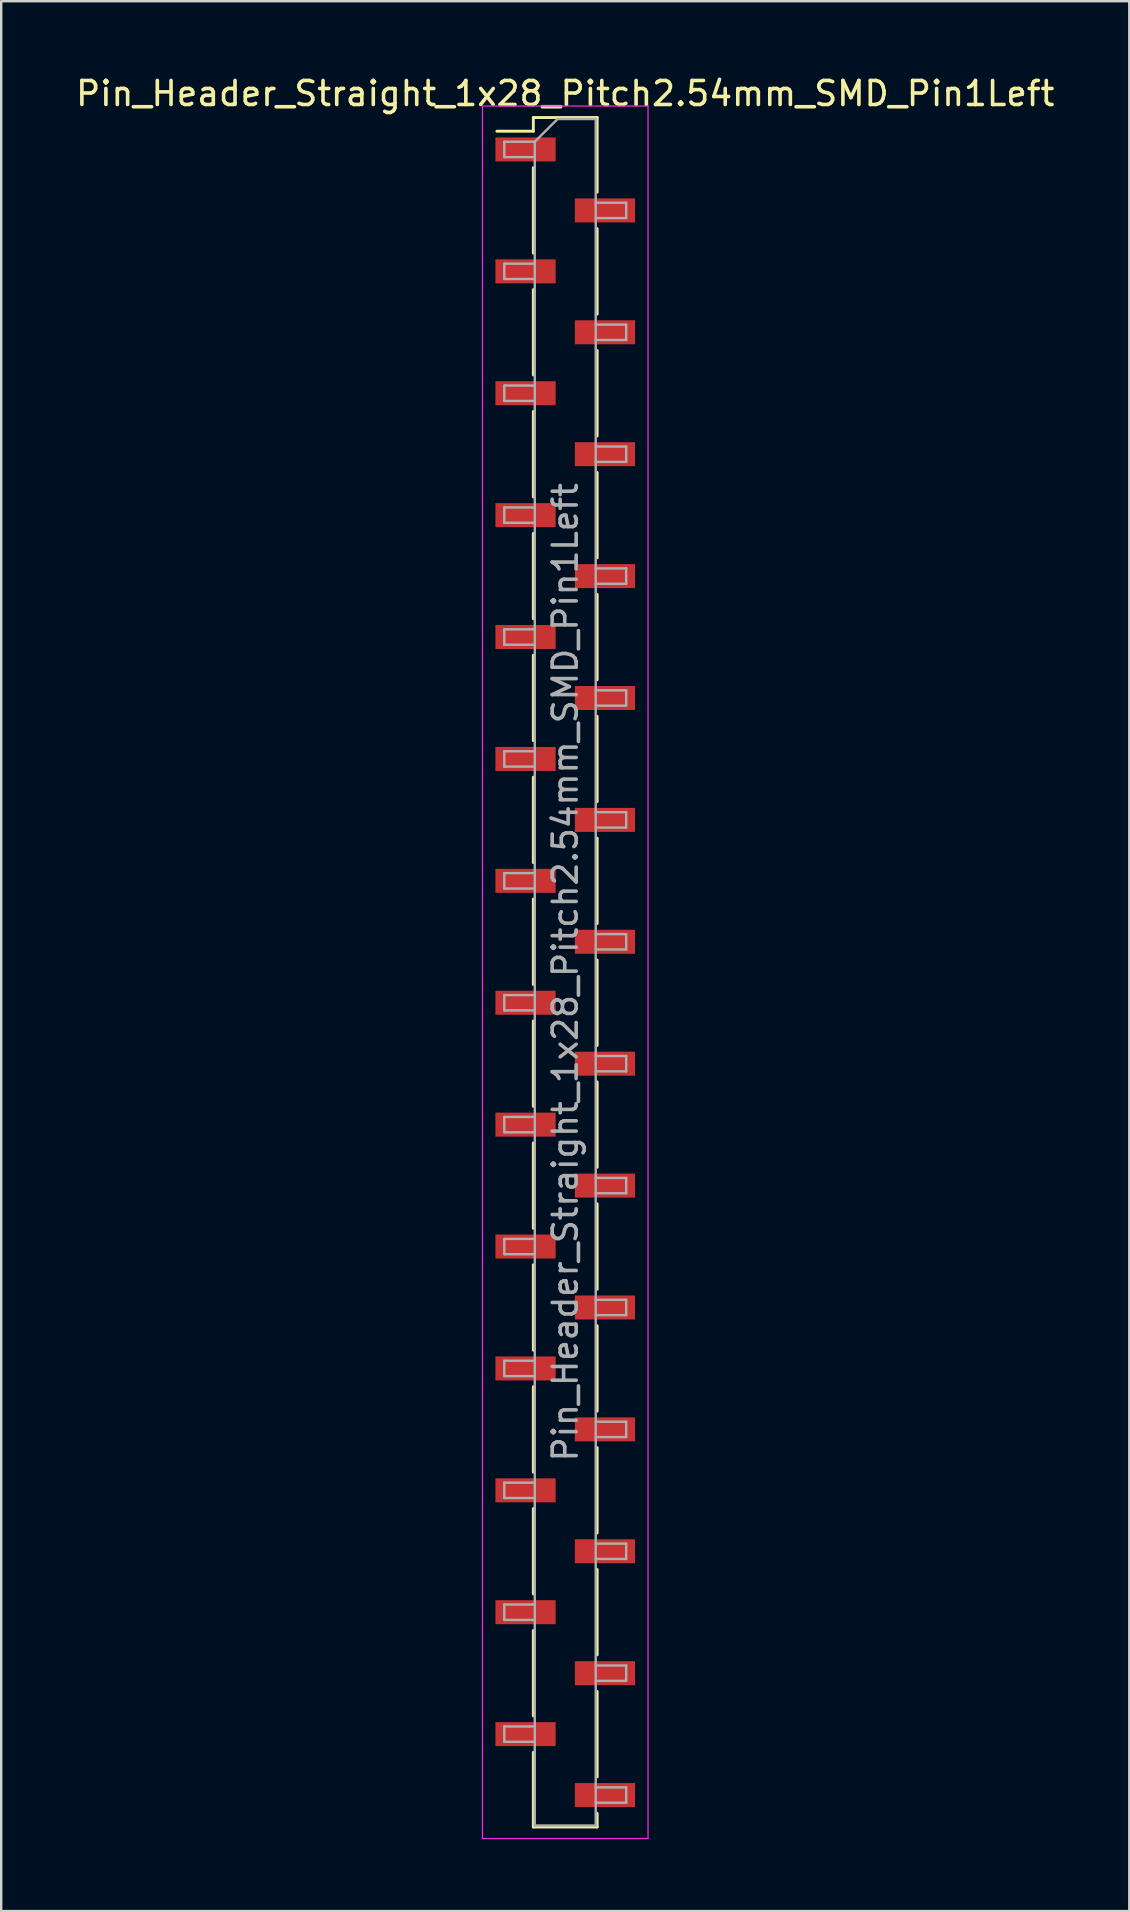
<source format=kicad_pcb>
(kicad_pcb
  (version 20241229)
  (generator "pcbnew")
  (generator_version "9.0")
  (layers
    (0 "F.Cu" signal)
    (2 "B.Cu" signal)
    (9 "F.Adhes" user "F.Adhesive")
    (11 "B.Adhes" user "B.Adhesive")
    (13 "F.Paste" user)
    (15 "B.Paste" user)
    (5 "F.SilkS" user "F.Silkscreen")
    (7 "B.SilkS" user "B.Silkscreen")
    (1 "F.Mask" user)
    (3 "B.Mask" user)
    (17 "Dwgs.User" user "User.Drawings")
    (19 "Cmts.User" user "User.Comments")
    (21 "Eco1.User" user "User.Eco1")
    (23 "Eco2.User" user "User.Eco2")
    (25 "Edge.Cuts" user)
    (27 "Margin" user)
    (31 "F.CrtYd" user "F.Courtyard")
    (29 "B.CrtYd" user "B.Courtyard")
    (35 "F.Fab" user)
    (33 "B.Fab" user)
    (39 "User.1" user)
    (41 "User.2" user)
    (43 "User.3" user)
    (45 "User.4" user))
  (footprint "Pin_Header_Straight_1x28_Pitch2.54mm_SMD_Pin1Left"
    (layer "F.Cu")
    (at 20.506 37.468)
    (property "Reference" "Pin_Header_Straight_1x28_Pitch2.54mm_SMD_Pin1Left" (at 0 -36.62 0) (layer "F.SilkS") (effects (font (size 1 1) (thickness 0.15))))
    (attr smd)
    (fp_line (start -1.33 -35.62) (end -1.33 -35.05) (stroke (width 0.12) (type solid)) (layer "F.SilkS"))
    (fp_line (start -1.33 -35.62) (end 1.33 -35.62) (stroke (width 0.12) (type solid)) (layer "F.SilkS"))
    (fp_line (start -1.33 -35.05) (end -2.85 -35.05) (stroke (width 0.12) (type solid)) (layer "F.SilkS"))
    (fp_line (start -1.33 -33.53) (end -1.33 -29.97) (stroke (width 0.12) (type solid)) (layer "F.SilkS"))
    (fp_line (start -1.33 -28.45) (end -1.33 -24.89) (stroke (width 0.12) (type solid)) (layer "F.SilkS"))
    (fp_line (start -1.33 -23.37) (end -1.33 -19.81) (stroke (width 0.12) (type solid)) (layer "F.SilkS"))
    (fp_line (start -1.33 -18.29) (end -1.33 -14.73) (stroke (width 0.12) (type solid)) (layer "F.SilkS"))
    (fp_line (start -1.33 -13.21) (end -1.33 -9.65) (stroke (width 0.12) (type solid)) (layer "F.SilkS"))
    (fp_line (start -1.33 -8.13) (end -1.33 -4.57) (stroke (width 0.12) (type solid)) (layer "F.SilkS"))
    (fp_line (start -1.33 -3.05) (end -1.33 0.51) (stroke (width 0.12) (type solid)) (layer "F.SilkS"))
    (fp_line (start -1.33 2.03) (end -1.33 5.59) (stroke (width 0.12) (type solid)) (layer "F.SilkS"))
    (fp_line (start -1.33 7.11) (end -1.33 10.67) (stroke (width 0.12) (type solid)) (layer "F.SilkS"))
    (fp_line (start -1.33 12.19) (end -1.33 15.75) (stroke (width 0.12) (type solid)) (layer "F.SilkS"))
    (fp_line (start -1.33 17.27) (end -1.33 20.83) (stroke (width 0.12) (type solid)) (layer "F.SilkS"))
    (fp_line (start -1.33 22.35) (end -1.33 25.91) (stroke (width 0.12) (type solid)) (layer "F.SilkS"))
    (fp_line (start -1.33 27.43) (end -1.33 30.99) (stroke (width 0.12) (type solid)) (layer "F.SilkS"))
    (fp_line (start -1.33 32.51) (end -1.33 35.62) (stroke (width 0.12) (type solid)) (layer "F.SilkS"))
    (fp_line (start -1.33 35.62) (end 1.33 35.62) (stroke (width 0.12) (type solid)) (layer "F.SilkS"))
    (fp_line (start 1.33 -35.62) (end 1.33 -32.51) (stroke (width 0.12) (type solid)) (layer "F.SilkS"))
    (fp_line (start 1.33 -30.99) (end 1.33 -27.43) (stroke (width 0.12) (type solid)) (layer "F.SilkS"))
    (fp_line (start 1.33 -25.91) (end 1.33 -22.35) (stroke (width 0.12) (type solid)) (layer "F.SilkS"))
    (fp_line (start 1.33 -20.83) (end 1.33 -17.27) (stroke (width 0.12) (type solid)) (layer "F.SilkS"))
    (fp_line (start 1.33 -15.75) (end 1.33 -12.19) (stroke (width 0.12) (type solid)) (layer "F.SilkS"))
    (fp_line (start 1.33 -10.67) (end 1.33 -7.11) (stroke (width 0.12) (type solid)) (layer "F.SilkS"))
    (fp_line (start 1.33 -5.59) (end 1.33 -2.03) (stroke (width 0.12) (type solid)) (layer "F.SilkS"))
    (fp_line (start 1.33 -0.51) (end 1.33 3.05) (stroke (width 0.12) (type solid)) (layer "F.SilkS"))
    (fp_line (start 1.33 4.57) (end 1.33 8.13) (stroke (width 0.12) (type solid)) (layer "F.SilkS"))
    (fp_line (start 1.33 9.65) (end 1.33 13.21) (stroke (width 0.12) (type solid)) (layer "F.SilkS"))
    (fp_line (start 1.33 14.73) (end 1.33 18.29) (stroke (width 0.12) (type solid)) (layer "F.SilkS"))
    (fp_line (start 1.33 19.81) (end 1.33 23.37) (stroke (width 0.12) (type solid)) (layer "F.SilkS"))
    (fp_line (start 1.33 24.89) (end 1.33 28.45) (stroke (width 0.12) (type solid)) (layer "F.SilkS"))
    (fp_line (start 1.33 29.97) (end 1.33 33.53) (stroke (width 0.12) (type solid)) (layer "F.SilkS"))
    (fp_line (start 1.33 35.05) (end 1.33 35.62) (stroke (width 0.12) (type solid)) (layer "F.SilkS"))
    (fp_line (start -3.45 -36.1) (end -3.45 36.1) (stroke (width 0.05) (type solid)) (layer "F.CrtYd"))
    (fp_line (start -3.45 36.1) (end 3.45 36.1) (stroke (width 0.05) (type solid)) (layer "F.CrtYd"))
    (fp_line (start 3.45 -36.1) (end -3.45 -36.1) (stroke (width 0.05) (type solid)) (layer "F.CrtYd"))
    (fp_line (start 3.45 36.1) (end 3.45 -36.1) (stroke (width 0.05) (type solid)) (layer "F.CrtYd"))
    (fp_line (start -2.54 -34.61) (end -2.54 -33.97) (stroke (width 0.1) (type solid)) (layer "F.Fab"))
    (fp_line (start -2.54 -33.97) (end -1.27 -33.97) (stroke (width 0.1) (type solid)) (layer "F.Fab"))
    (fp_line (start -2.54 -29.53) (end -2.54 -28.89) (stroke (width 0.1) (type solid)) (layer "F.Fab"))
    (fp_line (start -2.54 -28.89) (end -1.27 -28.89) (stroke (width 0.1) (type solid)) (layer "F.Fab"))
    (fp_line (start -2.54 -24.45) (end -2.54 -23.81) (stroke (width 0.1) (type solid)) (layer "F.Fab"))
    (fp_line (start -2.54 -23.81) (end -1.27 -23.81) (stroke (width 0.1) (type solid)) (layer "F.Fab"))
    (fp_line (start -2.54 -19.37) (end -2.54 -18.73) (stroke (width 0.1) (type solid)) (layer "F.Fab"))
    (fp_line (start -2.54 -18.73) (end -1.27 -18.73) (stroke (width 0.1) (type solid)) (layer "F.Fab"))
    (fp_line (start -2.54 -14.29) (end -2.54 -13.65) (stroke (width 0.1) (type solid)) (layer "F.Fab"))
    (fp_line (start -2.54 -13.65) (end -1.27 -13.65) (stroke (width 0.1) (type solid)) (layer "F.Fab"))
    (fp_line (start -2.54 -9.21) (end -2.54 -8.57) (stroke (width 0.1) (type solid)) (layer "F.Fab"))
    (fp_line (start -2.54 -8.57) (end -1.27 -8.57) (stroke (width 0.1) (type solid)) (layer "F.Fab"))
    (fp_line (start -2.54 -4.13) (end -2.54 -3.49) (stroke (width 0.1) (type solid)) (layer "F.Fab"))
    (fp_line (start -2.54 -3.49) (end -1.27 -3.49) (stroke (width 0.1) (type solid)) (layer "F.Fab"))
    (fp_line (start -2.54 0.95) (end -2.54 1.59) (stroke (width 0.1) (type solid)) (layer "F.Fab"))
    (fp_line (start -2.54 1.59) (end -1.27 1.59) (stroke (width 0.1) (type solid)) (layer "F.Fab"))
    (fp_line (start -2.54 6.03) (end -2.54 6.67) (stroke (width 0.1) (type solid)) (layer "F.Fab"))
    (fp_line (start -2.54 6.67) (end -1.27 6.67) (stroke (width 0.1) (type solid)) (layer "F.Fab"))
    (fp_line (start -2.54 11.11) (end -2.54 11.75) (stroke (width 0.1) (type solid)) (layer "F.Fab"))
    (fp_line (start -2.54 11.75) (end -1.27 11.75) (stroke (width 0.1) (type solid)) (layer "F.Fab"))
    (fp_line (start -2.54 16.19) (end -2.54 16.83) (stroke (width 0.1) (type solid)) (layer "F.Fab"))
    (fp_line (start -2.54 16.83) (end -1.27 16.83) (stroke (width 0.1) (type solid)) (layer "F.Fab"))
    (fp_line (start -2.54 21.27) (end -2.54 21.91) (stroke (width 0.1) (type solid)) (layer "F.Fab"))
    (fp_line (start -2.54 21.91) (end -1.27 21.91) (stroke (width 0.1) (type solid)) (layer "F.Fab"))
    (fp_line (start -2.54 26.35) (end -2.54 26.99) (stroke (width 0.1) (type solid)) (layer "F.Fab"))
    (fp_line (start -2.54 26.99) (end -1.27 26.99) (stroke (width 0.1) (type solid)) (layer "F.Fab"))
    (fp_line (start -2.54 31.43) (end -2.54 32.07) (stroke (width 0.1) (type solid)) (layer "F.Fab"))
    (fp_line (start -2.54 32.07) (end -1.27 32.07) (stroke (width 0.1) (type solid)) (layer "F.Fab"))
    (fp_line (start -1.27 -34.61) (end -2.54 -34.61) (stroke (width 0.1) (type solid)) (layer "F.Fab"))
    (fp_line (start -1.27 -34.61) (end -0.32 -35.56) (stroke (width 0.1) (type solid)) (layer "F.Fab"))
    (fp_line (start -1.27 -29.53) (end -2.54 -29.53) (stroke (width 0.1) (type solid)) (layer "F.Fab"))
    (fp_line (start -1.27 -24.45) (end -2.54 -24.45) (stroke (width 0.1) (type solid)) (layer "F.Fab"))
    (fp_line (start -1.27 -19.37) (end -2.54 -19.37) (stroke (width 0.1) (type solid)) (layer "F.Fab"))
    (fp_line (start -1.27 -14.29) (end -2.54 -14.29) (stroke (width 0.1) (type solid)) (layer "F.Fab"))
    (fp_line (start -1.27 -9.21) (end -2.54 -9.21) (stroke (width 0.1) (type solid)) (layer "F.Fab"))
    (fp_line (start -1.27 -4.13) (end -2.54 -4.13) (stroke (width 0.1) (type solid)) (layer "F.Fab"))
    (fp_line (start -1.27 0.95) (end -2.54 0.95) (stroke (width 0.1) (type solid)) (layer "F.Fab"))
    (fp_line (start -1.27 6.03) (end -2.54 6.03) (stroke (width 0.1) (type solid)) (layer "F.Fab"))
    (fp_line (start -1.27 11.11) (end -2.54 11.11) (stroke (width 0.1) (type solid)) (layer "F.Fab"))
    (fp_line (start -1.27 16.19) (end -2.54 16.19) (stroke (width 0.1) (type solid)) (layer "F.Fab"))
    (fp_line (start -1.27 21.27) (end -2.54 21.27) (stroke (width 0.1) (type solid)) (layer "F.Fab"))
    (fp_line (start -1.27 26.35) (end -2.54 26.35) (stroke (width 0.1) (type solid)) (layer "F.Fab"))
    (fp_line (start -1.27 31.43) (end -2.54 31.43) (stroke (width 0.1) (type solid)) (layer "F.Fab"))
    (fp_line (start -1.27 35.56) (end -1.27 -34.61) (stroke (width 0.1) (type solid)) (layer "F.Fab"))
    (fp_line (start -0.32 -35.56) (end 1.27 -35.56) (stroke (width 0.1) (type solid)) (layer "F.Fab"))
    (fp_line (start 1.27 -35.56) (end 1.27 35.56) (stroke (width 0.1) (type solid)) (layer "F.Fab"))
    (fp_line (start 1.27 -32.07) (end 2.54 -32.07) (stroke (width 0.1) (type solid)) (layer "F.Fab"))
    (fp_line (start 1.27 -26.99) (end 2.54 -26.99) (stroke (width 0.1) (type solid)) (layer "F.Fab"))
    (fp_line (start 1.27 -21.91) (end 2.54 -21.91) (stroke (width 0.1) (type solid)) (layer "F.Fab"))
    (fp_line (start 1.27 -16.83) (end 2.54 -16.83) (stroke (width 0.1) (type solid)) (layer "F.Fab"))
    (fp_line (start 1.27 -11.75) (end 2.54 -11.75) (stroke (width 0.1) (type solid)) (layer "F.Fab"))
    (fp_line (start 1.27 -6.67) (end 2.54 -6.67) (stroke (width 0.1) (type solid)) (layer "F.Fab"))
    (fp_line (start 1.27 -1.59) (end 2.54 -1.59) (stroke (width 0.1) (type solid)) (layer "F.Fab"))
    (fp_line (start 1.27 3.49) (end 2.54 3.49) (stroke (width 0.1) (type solid)) (layer "F.Fab"))
    (fp_line (start 1.27 8.57) (end 2.54 8.57) (stroke (width 0.1) (type solid)) (layer "F.Fab"))
    (fp_line (start 1.27 13.65) (end 2.54 13.65) (stroke (width 0.1) (type solid)) (layer "F.Fab"))
    (fp_line (start 1.27 18.73) (end 2.54 18.73) (stroke (width 0.1) (type solid)) (layer "F.Fab"))
    (fp_line (start 1.27 23.81) (end 2.54 23.81) (stroke (width 0.1) (type solid)) (layer "F.Fab"))
    (fp_line (start 1.27 28.89) (end 2.54 28.89) (stroke (width 0.1) (type solid)) (layer "F.Fab"))
    (fp_line (start 1.27 33.97) (end 2.54 33.97) (stroke (width 0.1) (type solid)) (layer "F.Fab"))
    (fp_line (start 1.27 35.56) (end -1.27 35.56) (stroke (width 0.1) (type solid)) (layer "F.Fab"))
    (fp_line (start 2.54 -32.07) (end 2.54 -31.43) (stroke (width 0.1) (type solid)) (layer "F.Fab"))
    (fp_line (start 2.54 -31.43) (end 1.27 -31.43) (stroke (width 0.1) (type solid)) (layer "F.Fab"))
    (fp_line (start 2.54 -26.99) (end 2.54 -26.35) (stroke (width 0.1) (type solid)) (layer "F.Fab"))
    (fp_line (start 2.54 -26.35) (end 1.27 -26.35) (stroke (width 0.1) (type solid)) (layer "F.Fab"))
    (fp_line (start 2.54 -21.91) (end 2.54 -21.27) (stroke (width 0.1) (type solid)) (layer "F.Fab"))
    (fp_line (start 2.54 -21.27) (end 1.27 -21.27) (stroke (width 0.1) (type solid)) (layer "F.Fab"))
    (fp_line (start 2.54 -16.83) (end 2.54 -16.19) (stroke (width 0.1) (type solid)) (layer "F.Fab"))
    (fp_line (start 2.54 -16.19) (end 1.27 -16.19) (stroke (width 0.1) (type solid)) (layer "F.Fab"))
    (fp_line (start 2.54 -11.75) (end 2.54 -11.11) (stroke (width 0.1) (type solid)) (layer "F.Fab"))
    (fp_line (start 2.54 -11.11) (end 1.27 -11.11) (stroke (width 0.1) (type solid)) (layer "F.Fab"))
    (fp_line (start 2.54 -6.67) (end 2.54 -6.03) (stroke (width 0.1) (type solid)) (layer "F.Fab"))
    (fp_line (start 2.54 -6.03) (end 1.27 -6.03) (stroke (width 0.1) (type solid)) (layer "F.Fab"))
    (fp_line (start 2.54 -1.59) (end 2.54 -0.95) (stroke (width 0.1) (type solid)) (layer "F.Fab"))
    (fp_line (start 2.54 -0.95) (end 1.27 -0.95) (stroke (width 0.1) (type solid)) (layer "F.Fab"))
    (fp_line (start 2.54 3.49) (end 2.54 4.13) (stroke (width 0.1) (type solid)) (layer "F.Fab"))
    (fp_line (start 2.54 4.13) (end 1.27 4.13) (stroke (width 0.1) (type solid)) (layer "F.Fab"))
    (fp_line (start 2.54 8.57) (end 2.54 9.21) (stroke (width 0.1) (type solid)) (layer "F.Fab"))
    (fp_line (start 2.54 9.21) (end 1.27 9.21) (stroke (width 0.1) (type solid)) (layer "F.Fab"))
    (fp_line (start 2.54 13.65) (end 2.54 14.29) (stroke (width 0.1) (type solid)) (layer "F.Fab"))
    (fp_line (start 2.54 14.29) (end 1.27 14.29) (stroke (width 0.1) (type solid)) (layer "F.Fab"))
    (fp_line (start 2.54 18.73) (end 2.54 19.37) (stroke (width 0.1) (type solid)) (layer "F.Fab"))
    (fp_line (start 2.54 19.37) (end 1.27 19.37) (stroke (width 0.1) (type solid)) (layer "F.Fab"))
    (fp_line (start 2.54 23.81) (end 2.54 24.45) (stroke (width 0.1) (type solid)) (layer "F.Fab"))
    (fp_line (start 2.54 24.45) (end 1.27 24.45) (stroke (width 0.1) (type solid)) (layer "F.Fab"))
    (fp_line (start 2.54 28.89) (end 2.54 29.53) (stroke (width 0.1) (type solid)) (layer "F.Fab"))
    (fp_line (start 2.54 29.53) (end 1.27 29.53) (stroke (width 0.1) (type solid)) (layer "F.Fab"))
    (fp_line (start 2.54 33.97) (end 2.54 34.61) (stroke (width 0.1) (type solid)) (layer "F.Fab"))
    (fp_line (start 2.54 34.61) (end 1.27 34.61) (stroke (width 0.1) (type solid)) (layer "F.Fab"))
    (fp_text user "${REFERENCE}" (at 0 0 90) (layer "F.Fab") (effects (font (size 1 1) (thickness 0.15))))
    (pad "1" smd rect (at -1.655 -34.29) (size 2.51 1) (layers "F.Cu" "F.Mask" "F.Paste"))
    (pad "2" smd rect (at 1.655 -31.75) (size 2.51 1) (layers "F.Cu" "F.Mask" "F.Paste"))
    (pad "3" smd rect (at -1.655 -29.21) (size 2.51 1) (layers "F.Cu" "F.Mask" "F.Paste"))
    (pad "4" smd rect (at 1.655 -26.67) (size 2.51 1) (layers "F.Cu" "F.Mask" "F.Paste"))
    (pad "5" smd rect (at -1.655 -24.13) (size 2.51 1) (layers "F.Cu" "F.Mask" "F.Paste"))
    (pad "6" smd rect (at 1.655 -21.59) (size 2.51 1) (layers "F.Cu" "F.Mask" "F.Paste"))
    (pad "7" smd rect (at -1.655 -19.05) (size 2.51 1) (layers "F.Cu" "F.Mask" "F.Paste"))
    (pad "8" smd rect (at 1.655 -16.51) (size 2.51 1) (layers "F.Cu" "F.Mask" "F.Paste"))
    (pad "9" smd rect (at -1.655 -13.97) (size 2.51 1) (layers "F.Cu" "F.Mask" "F.Paste"))
    (pad "10" smd rect (at 1.655 -11.43) (size 2.51 1) (layers "F.Cu" "F.Mask" "F.Paste"))
    (pad "11" smd rect (at -1.655 -8.89) (size 2.51 1) (layers "F.Cu" "F.Mask" "F.Paste"))
    (pad "12" smd rect (at 1.655 -6.35) (size 2.51 1) (layers "F.Cu" "F.Mask" "F.Paste"))
    (pad "13" smd rect (at -1.655 -3.81) (size 2.51 1) (layers "F.Cu" "F.Mask" "F.Paste"))
    (pad "14" smd rect (at 1.655 -1.27) (size 2.51 1) (layers "F.Cu" "F.Mask" "F.Paste"))
    (pad "15" smd rect (at -1.655 1.27) (size 2.51 1) (layers "F.Cu" "F.Mask" "F.Paste"))
    (pad "16" smd rect (at 1.655 3.81) (size 2.51 1) (layers "F.Cu" "F.Mask" "F.Paste"))
    (pad "17" smd rect (at -1.655 6.35) (size 2.51 1) (layers "F.Cu" "F.Mask" "F.Paste"))
    (pad "18" smd rect (at 1.655 8.89) (size 2.51 1) (layers "F.Cu" "F.Mask" "F.Paste"))
    (pad "19" smd rect (at -1.655 11.43) (size 2.51 1) (layers "F.Cu" "F.Mask" "F.Paste"))
    (pad "20" smd rect (at 1.655 13.97) (size 2.51 1) (layers "F.Cu" "F.Mask" "F.Paste"))
    (pad "21" smd rect (at -1.655 16.51) (size 2.51 1) (layers "F.Cu" "F.Mask" "F.Paste"))
    (pad "22" smd rect (at 1.655 19.05) (size 2.51 1) (layers "F.Cu" "F.Mask" "F.Paste"))
    (pad "23" smd rect (at -1.655 21.59) (size 2.51 1) (layers "F.Cu" "F.Mask" "F.Paste"))
    (pad "24" smd rect (at 1.655 24.13) (size 2.51 1) (layers "F.Cu" "F.Mask" "F.Paste"))
    (pad "25" smd rect (at -1.655 26.67) (size 2.51 1) (layers "F.Cu" "F.Mask" "F.Paste"))
    (pad "26" smd rect (at 1.655 29.21) (size 2.51 1) (layers "F.Cu" "F.Mask" "F.Paste"))
    (pad "27" smd rect (at -1.655 31.75) (size 2.51 1) (layers "F.Cu" "F.Mask" "F.Paste"))
    (pad "28" smd rect (at 1.655 34.29) (size 2.51 1) (layers "F.Cu" "F.Mask" "F.Paste")))
  (gr_rect
    (start -3 -3)
    (end 44.012 76.593)
    (stroke (width 0.1) (type default))
    (fill no)
    (layer "Edge.Cuts")))
</source>
